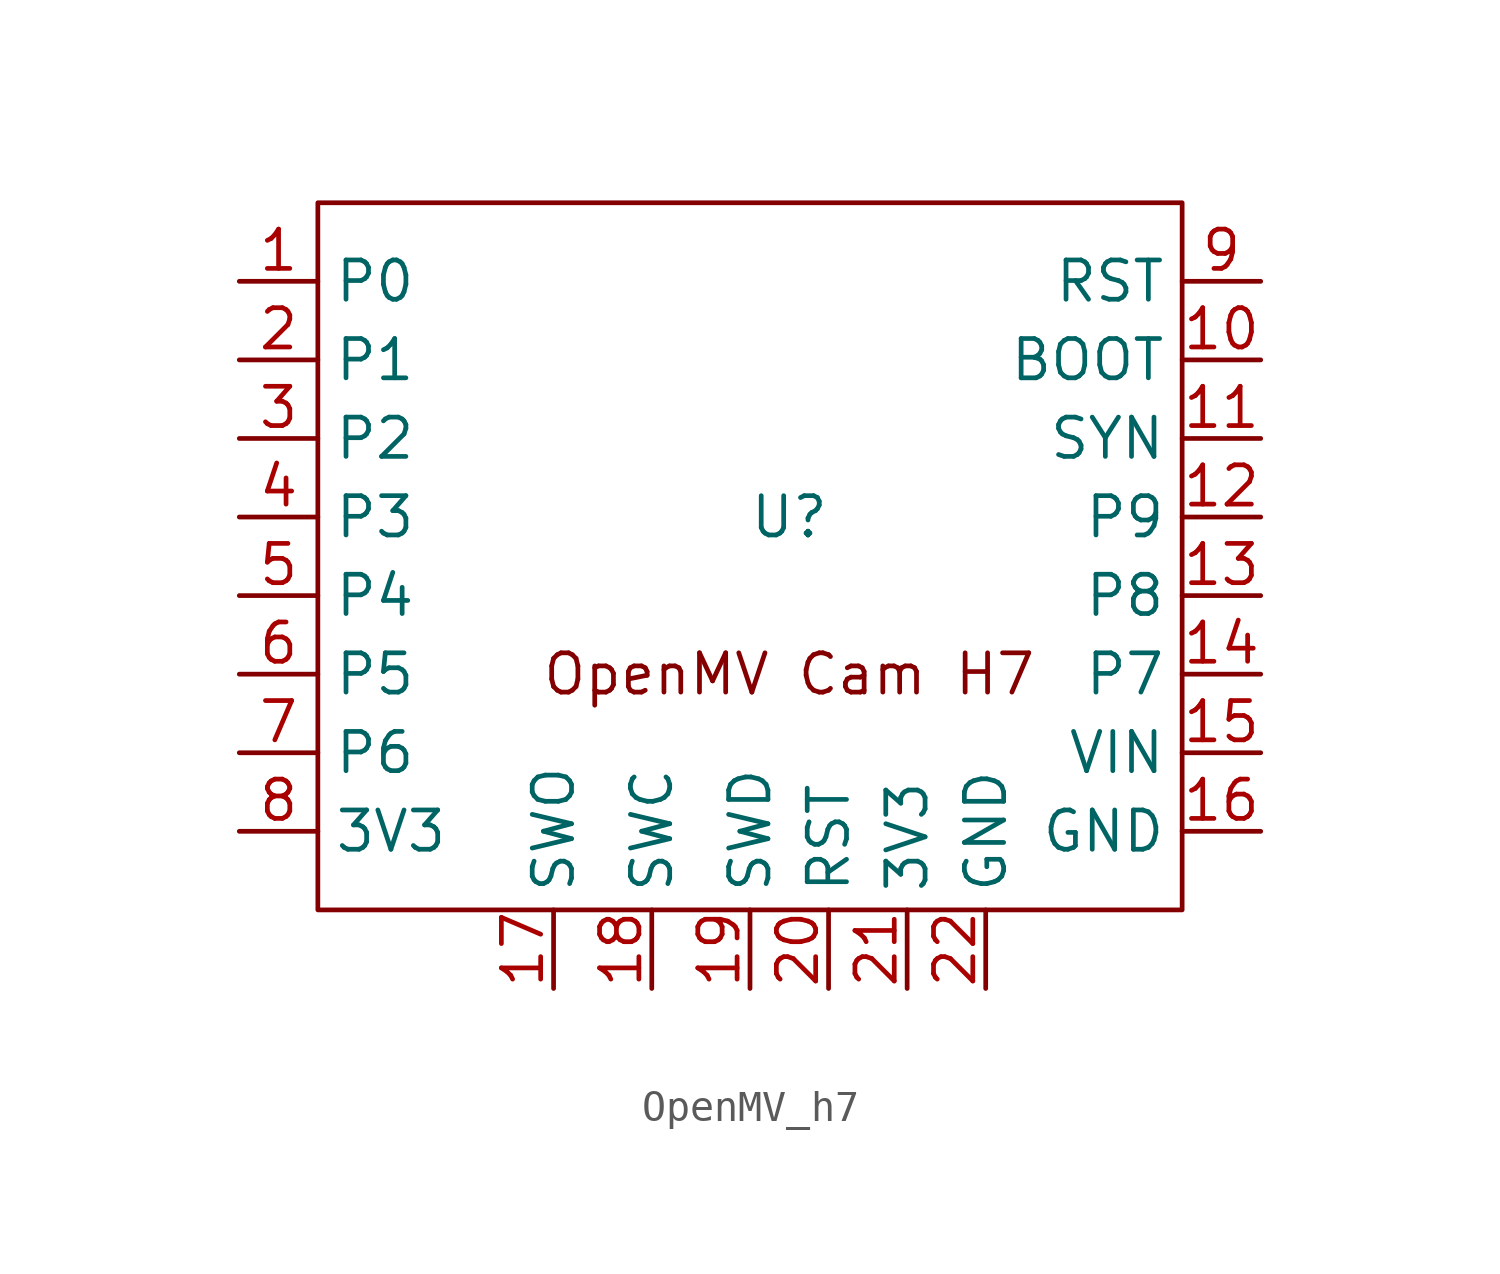
<source format=kicad_sym>
(kicad_symbol_lib
  (version 20220914)
  (generator kicad_symbol_editor)
  (symbol "OpenMV_h7"
    (property "Reference" "U"
      (at 0 0 0)
      (effects (font (size 1.27 1.27))))
    (property "Value" ""
      (at 0 0 0)
      (effects (font (size 1.27 1.27))))
    (symbol "OpenMV_h7_0_1"
      (rectangle (start -15.24 10.16) (end 12.7 -12.7) (stroke (width 0) (type default)) (fill (type none))))
    (symbol "OpenMV_h7_1_1"
      (text "OpenMV Cam H7" (at 0 -5.08 0) (effects (font (size 1.27 1.27))))
      (pin passive line (at -17.78 7.62 0) (length 2.54) (name "P0" (effects (font (size 1.27 1.27)))) (number "1" (effects (font (size 1.27 1.27)))))
      (pin passive line (at 15.24 5.08 180) (length 2.54) (name "BOOT" (effects (font (size 1.27 1.27)))) (number "10" (effects (font (size 1.27 1.27)))))
      (pin passive line (at 15.24 2.54 180) (length 2.54) (name "SYN" (effects (font (size 1.27 1.27)))) (number "11" (effects (font (size 1.27 1.27)))))
      (pin passive line (at 15.24 0 180) (length 2.54) (name "P9" (effects (font (size 1.27 1.27)))) (number "12" (effects (font (size 1.27 1.27)))))
      (pin passive line (at 15.24 -2.54 180) (length 2.54) (name "P8" (effects (font (size 1.27 1.27)))) (number "13" (effects (font (size 1.27 1.27)))))
      (pin passive line (at 15.24 -5.08 180) (length 2.54) (name "P7" (effects (font (size 1.27 1.27)))) (number "14" (effects (font (size 1.27 1.27)))))
      (pin passive line (at 15.24 -7.62 180) (length 2.54) (name "VIN" (effects (font (size 1.27 1.27)))) (number "15" (effects (font (size 1.27 1.27)))))
      (pin passive line (at 15.24 -10.16 180) (length 2.54) (name "GND" (effects (font (size 1.27 1.27)))) (number "16" (effects (font (size 1.27 1.27)))))
      (pin passive line (at -7.62 -15.24 90) (length 2.54) (name "SWO" (effects (font (size 1.27 1.27)))) (number "17" (effects (font (size 1.27 1.27)))))
      (pin passive line (at -4.445 -15.24 90) (length 2.54) (name "SWC" (effects (font (size 1.27 1.27)))) (number "18" (effects (font (size 1.27 1.27)))))
      (pin passive line (at -1.27 -15.24 90) (length 2.54) (name "SWD" (effects (font (size 1.27 1.27)))) (number "19" (effects (font (size 1.27 1.27)))))
      (pin passive line (at -17.78 5.08 0) (length 2.54) (name "P1" (effects (font (size 1.27 1.27)))) (number "2" (effects (font (size 1.27 1.27)))))
      (pin passive line (at 1.27 -15.24 90) (length 2.54) (name "RST" (effects (font (size 1.27 1.27)))) (number "20" (effects (font (size 1.27 1.27)))))
      (pin passive line (at 3.81 -15.24 90) (length 2.54) (name "3V3" (effects (font (size 1.27 1.27)))) (number "21" (effects (font (size 1.27 1.27)))))
      (pin passive line (at 6.35 -15.24 90) (length 2.54) (name "GND" (effects (font (size 1.27 1.27)))) (number "22" (effects (font (size 1.27 1.27)))))
      (pin passive line (at -17.78 2.54 0) (length 2.54) (name "P2" (effects (font (size 1.27 1.27)))) (number "3" (effects (font (size 1.27 1.27)))))
      (pin passive line (at -17.78 0 0) (length 2.54) (name "P3" (effects (font (size 1.27 1.27)))) (number "4" (effects (font (size 1.27 1.27)))))
      (pin passive line (at -17.78 -2.54 0) (length 2.54) (name "P4" (effects (font (size 1.27 1.27)))) (number "5" (effects (font (size 1.27 1.27)))))
      (pin passive line (at -17.78 -5.08 0) (length 2.54) (name "P5" (effects (font (size 1.27 1.27)))) (number "6" (effects (font (size 1.27 1.27)))))
      (pin passive line (at -17.78 -7.62 0) (length 2.54) (name "P6" (effects (font (size 1.27 1.27)))) (number "7" (effects (font (size 1.27 1.27)))))
      (pin passive line (at -17.78 -10.16 0) (length 2.54) (name "3V3" (effects (font (size 1.27 1.27)))) (number "8" (effects (font (size 1.27 1.27)))))
      (pin passive line (at 15.24 7.62 180) (length 2.54) (name "RST" (effects (font (size 1.27 1.27)))) (number "9" (effects (font (size 1.27 1.27))))))))
</source>
